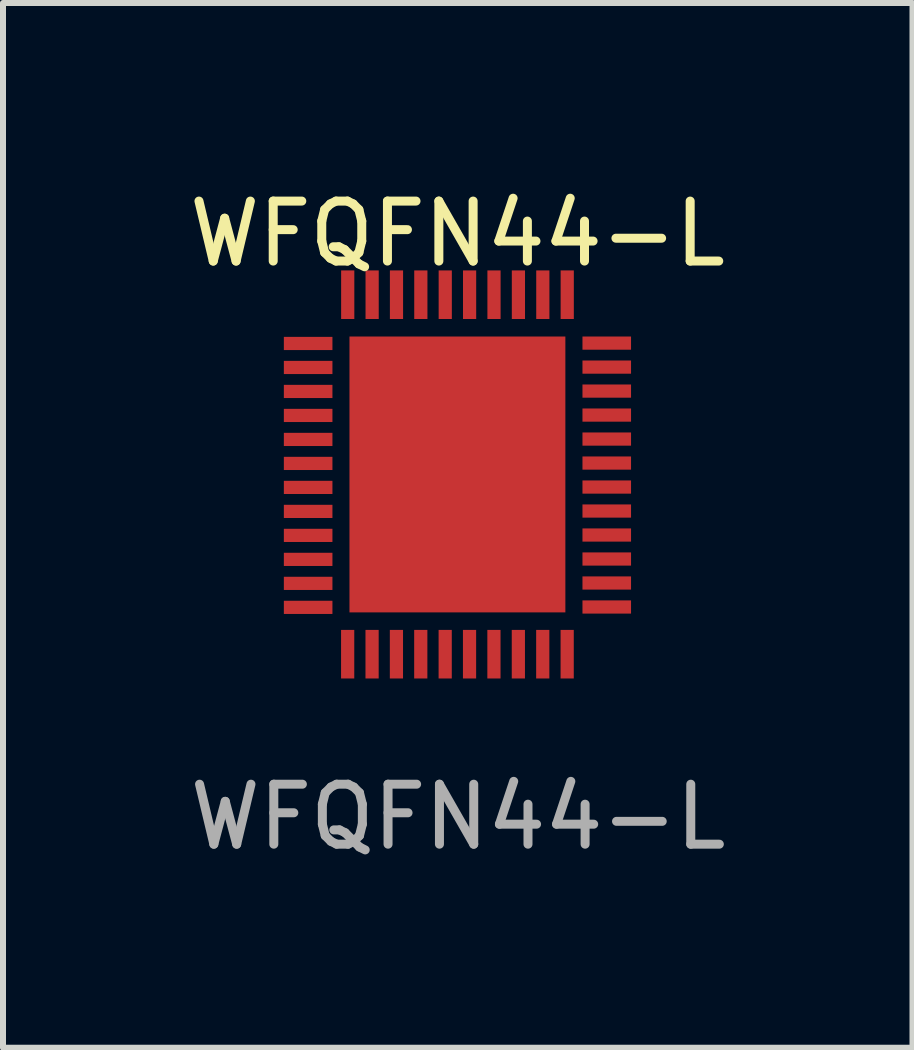
<source format=kicad_pcb>
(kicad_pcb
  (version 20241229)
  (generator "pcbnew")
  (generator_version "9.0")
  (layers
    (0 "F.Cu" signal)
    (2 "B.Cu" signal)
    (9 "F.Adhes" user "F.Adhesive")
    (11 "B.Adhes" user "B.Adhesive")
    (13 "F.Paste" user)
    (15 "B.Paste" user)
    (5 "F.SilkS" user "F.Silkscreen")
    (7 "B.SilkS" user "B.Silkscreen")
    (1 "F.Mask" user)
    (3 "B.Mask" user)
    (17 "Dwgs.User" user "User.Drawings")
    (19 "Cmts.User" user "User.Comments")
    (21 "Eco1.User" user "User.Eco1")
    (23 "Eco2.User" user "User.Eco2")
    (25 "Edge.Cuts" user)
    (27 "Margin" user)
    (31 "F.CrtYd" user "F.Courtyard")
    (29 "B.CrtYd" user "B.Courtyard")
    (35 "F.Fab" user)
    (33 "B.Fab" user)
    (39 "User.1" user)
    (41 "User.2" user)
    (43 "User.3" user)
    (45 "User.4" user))
  (footprint "WFQFN44-L"
    (layer "F.Cu")
    (at 4.577 4.861)
    (property "Reference" "WFQFN44-L" (at 0 -4.013 0) (unlocked yes) (layer "F.SilkS") (effects (font (size 1 1) (thickness 0.15))))
    (attr smd)
    (fp_text user "${REFERENCE}" (at 0.01 5.71 0) (unlocked yes) (layer "F.Fab") (effects (font (size 1 1) (thickness 0.15))))
    (pad "1" smd rect (at -2.489 1.416 90) (size 0.22 0.81) (layers "F.Cu" "F.Mask" "F.Paste"))
    (pad "1" smd rect (at -2.489 2.216 90) (size 0.22 0.81) (layers "F.Cu" "F.Mask" "F.Paste"))
    (pad "1" smd rect (at -1.83 2.997) (size 0.22 0.81) (layers "F.Cu" "F.Mask" "F.Paste"))
    (pad "1" smd rect (at -1.829 -2.997) (size 0.22 0.81) (layers "F.Cu" "F.Mask" "F.Paste"))
    (pad "1" smd rect (at 2.49 1.41 90) (size 0.22 0.81) (layers "F.Cu" "F.Mask" "F.Paste"))
    (pad "1" smd rect (at 2.49 2.21 90) (size 0.22 0.81) (layers "F.Cu" "F.Mask" "F.Paste"))
    (pad "2" smd rect (at -2.489 1.016 90) (size 0.22 0.81) (layers "F.Cu" "F.Mask" "F.Paste"))
    (pad "2" smd rect (at -2.489 1.816 90) (size 0.22 0.81) (layers "F.Cu" "F.Mask" "F.Paste"))
    (pad "2" smd rect (at -1.423 2.997) (size 0.22 0.81) (layers "F.Cu" "F.Mask" "F.Paste"))
    (pad "2" smd rect (at -1.422 -2.997) (size 0.22 0.81) (layers "F.Cu" "F.Mask" "F.Paste"))
    (pad "2" smd rect (at 2.49 1.01 90) (size 0.22 0.81) (layers "F.Cu" "F.Mask" "F.Paste"))
    (pad "2" smd rect (at 2.49 1.81 90) (size 0.22 0.81) (layers "F.Cu" "F.Mask" "F.Paste"))
    (pad "3" smd rect (at -2.489 0.616 90) (size 0.22 0.81) (layers "F.Cu" "F.Mask" "F.Paste"))
    (pad "3" smd rect (at -1.017 2.997) (size 0.22 0.81) (layers "F.Cu" "F.Mask" "F.Paste"))
    (pad "3" smd rect (at -1.016 -2.997) (size 0.22 0.81) (layers "F.Cu" "F.Mask" "F.Paste"))
    (pad "3" smd rect (at 2.49 0.61 90) (size 0.22 0.81) (layers "F.Cu" "F.Mask" "F.Paste"))
    (pad "4" smd rect (at -2.489 0.216 90) (size 0.22 0.81) (layers "F.Cu" "F.Mask" "F.Paste"))
    (pad "4" smd rect (at -0.611 2.997) (size 0.22 0.81) (layers "F.Cu" "F.Mask" "F.Paste"))
    (pad "4" smd rect (at -0.61 -2.997) (size 0.22 0.81) (layers "F.Cu" "F.Mask" "F.Paste"))
    (pad "4" smd rect (at 2.49 0.21 90) (size 0.22 0.81) (layers "F.Cu" "F.Mask" "F.Paste"))
    (pad "5" smd rect (at -2.489 -0.184 90) (size 0.22 0.81) (layers "F.Cu" "F.Mask" "F.Paste"))
    (pad "5" smd rect (at -0.204 2.997) (size 0.22 0.81) (layers "F.Cu" "F.Mask" "F.Paste"))
    (pad "5" smd rect (at -0.203 -2.997) (size 0.22 0.81) (layers "F.Cu" "F.Mask" "F.Paste"))
    (pad "5" smd rect (at 2.49 -0.19 90) (size 0.22 0.81) (layers "F.Cu" "F.Mask" "F.Paste"))
    (pad "6" smd rect (at -2.489 -0.584 90) (size 0.22 0.81) (layers "F.Cu" "F.Mask" "F.Paste"))
    (pad "6" smd rect (at 0.202 2.997) (size 0.22 0.81) (layers "F.Cu" "F.Mask" "F.Paste"))
    (pad "6" smd rect (at 0.203 -2.997) (size 0.22 0.81) (layers "F.Cu" "F.Mask" "F.Paste"))
    (pad "6" smd rect (at 2.49 -0.59 90) (size 0.22 0.81) (layers "F.Cu" "F.Mask" "F.Paste"))
    (pad "7" smd rect (at -2.489 -0.984 90) (size 0.22 0.81) (layers "F.Cu" "F.Mask" "F.Paste"))
    (pad "7" smd rect (at 0.609 2.997) (size 0.22 0.81) (layers "F.Cu" "F.Mask" "F.Paste"))
    (pad "7" smd rect (at 0.61 -2.997) (size 0.22 0.81) (layers "F.Cu" "F.Mask" "F.Paste"))
    (pad "7" smd rect (at 2.49 -0.99 90) (size 0.22 0.81) (layers "F.Cu" "F.Mask" "F.Paste"))
    (pad "8" smd rect (at -2.489 -1.384 90) (size 0.22 0.81) (layers "F.Cu" "F.Mask" "F.Paste"))
    (pad "8" smd rect (at 1.016 2.997) (size 0.22 0.81) (layers "F.Cu" "F.Mask" "F.Paste"))
    (pad "8" smd rect (at 1.017 -2.997) (size 0.22 0.81) (layers "F.Cu" "F.Mask" "F.Paste"))
    (pad "8" smd rect (at 2.49 -1.39 90) (size 0.22 0.81) (layers "F.Cu" "F.Mask" "F.Paste"))
    (pad "9" smd rect (at -2.489 -1.784 90) (size 0.22 0.81) (layers "F.Cu" "F.Mask" "F.Paste"))
    (pad "9" smd rect (at 1.423 2.997) (size 0.22 0.81) (layers "F.Cu" "F.Mask" "F.Paste"))
    (pad "9" smd rect (at 1.424 -2.997) (size 0.22 0.81) (layers "F.Cu" "F.Mask" "F.Paste"))
    (pad "9" smd rect (at 2.49 -1.79 90) (size 0.22 0.81) (layers "F.Cu" "F.Mask" "F.Paste"))
    (pad "10" smd rect (at -2.489 -2.184 90) (size 0.22 0.81) (layers "F.Cu" "F.Mask" "F.Paste"))
    (pad "10" smd rect (at 1.83 2.997) (size 0.22 0.81) (layers "F.Cu" "F.Mask" "F.Paste"))
    (pad "10" smd rect (at 1.831 -2.997) (size 0.22 0.81) (layers "F.Cu" "F.Mask" "F.Paste"))
    (pad "10" smd rect (at 2.49 -2.19 90) (size 0.22 0.81) (layers "F.Cu" "F.Mask" "F.Paste"))
    (pad "45" smd rect (at 0 0) (size 3.6 4.6) (layers "F.Cu" "F.Mask" "F.Paste")))
  (gr_rect
    (start -3 -3)
    (end 12.165 14.42)
    (stroke (width 0.1) (type default))
    (fill no)
    (layer "Edge.Cuts")))
</source>
